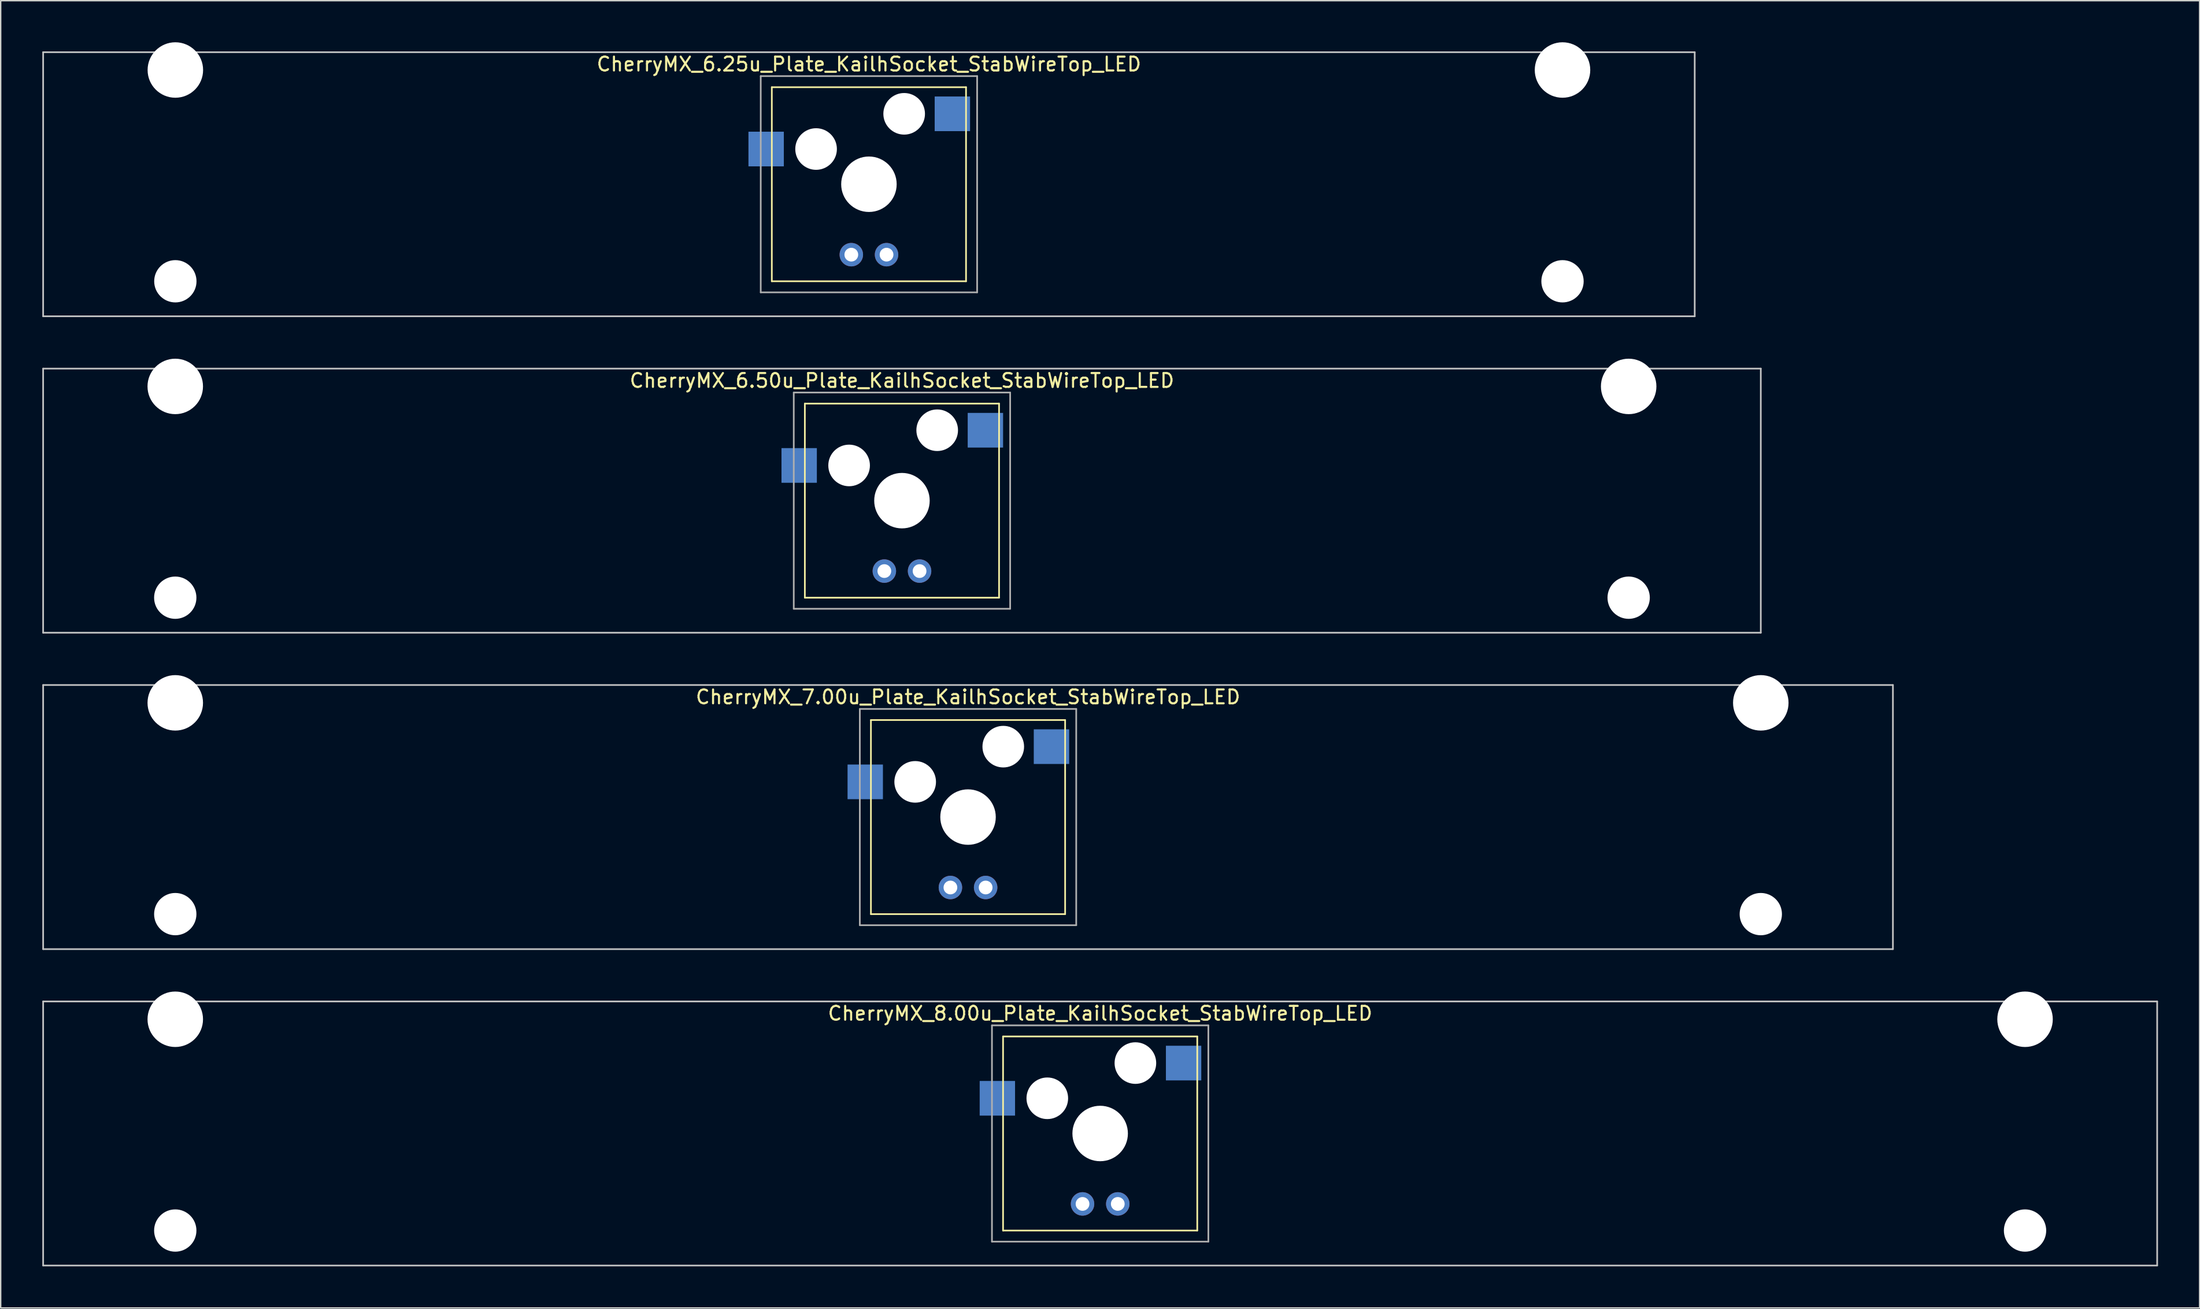
<source format=kicad_pcb>
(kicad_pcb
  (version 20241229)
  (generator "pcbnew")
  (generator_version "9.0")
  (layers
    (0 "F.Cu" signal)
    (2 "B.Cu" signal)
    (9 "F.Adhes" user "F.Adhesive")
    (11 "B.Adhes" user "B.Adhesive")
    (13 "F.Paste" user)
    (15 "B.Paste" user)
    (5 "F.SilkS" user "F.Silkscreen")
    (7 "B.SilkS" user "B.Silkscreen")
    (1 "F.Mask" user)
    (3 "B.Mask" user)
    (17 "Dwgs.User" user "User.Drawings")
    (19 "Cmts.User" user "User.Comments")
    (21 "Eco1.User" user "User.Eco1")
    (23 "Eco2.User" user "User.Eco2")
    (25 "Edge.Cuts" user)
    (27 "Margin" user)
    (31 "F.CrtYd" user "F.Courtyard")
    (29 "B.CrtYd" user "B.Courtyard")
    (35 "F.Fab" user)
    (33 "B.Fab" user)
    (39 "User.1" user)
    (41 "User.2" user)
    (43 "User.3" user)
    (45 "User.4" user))
  (footprint "CherryMX_6.25u_Plate_KailhSocket_StabWireTop_LED"
    (layer "F.Cu")
    (at 59.591 10.24)
    (property "Reference" "CherryMX_6.25u_Plate_KailhSocket_StabWireTop_LED" (at 0 -8.662 0) (layer "F.SilkS") (effects (font (size 1 1) (thickness 0.15))))
    (attr through_hole)
    (fp_line (start -7 -7) (end -7 7) (stroke (width 0.12) (type solid)) (layer "F.SilkS"))
    (fp_line (start -7 -7) (end 7 -7) (stroke (width 0.12) (type solid)) (layer "F.SilkS"))
    (fp_line (start 7 -7) (end 7 7) (stroke (width 0.12) (type solid)) (layer "F.SilkS"))
    (fp_line (start 7 7) (end -7 7) (stroke (width 0.12) (type solid)) (layer "F.SilkS"))
    (fp_line (start -59.531 -9.525) (end 59.531 -9.525) (stroke (width 0.12) (type solid)) (layer "Dwgs.User"))
    (fp_line (start -59.531 9.525) (end -59.531 -9.525) (stroke (width 0.12) (type solid)) (layer "Dwgs.User"))
    (fp_line (start 59.531 -9.525) (end 59.531 9.525) (stroke (width 0.12) (type solid)) (layer "Dwgs.User"))
    (fp_line (start 59.531 9.525) (end -59.531 9.525) (stroke (width 0.12) (type solid)) (layer "Dwgs.User"))
    (fp_line (start -7.8 -7.8) (end -7.8 7.8) (stroke (width 0.12) (type solid)) (layer "F.Fab"))
    (fp_line (start -7.8 -7.8) (end 7.8 -7.8) (stroke (width 0.12) (type solid)) (layer "F.Fab"))
    (fp_line (start -7.8 7.8) (end 7.8 7.8) (stroke (width 0.12) (type solid)) (layer "F.Fab"))
    (fp_line (start 7.8 -7.8) (end 7.8 7.8) (stroke (width 0.12) (type solid)) (layer "F.Fab"))
    (pad "" np_thru_hole circle (at -50 -8.24) (size 4 4) (drill 4) (layers "*.Cu" "*.Mask"))
    (pad "" np_thru_hole circle (at -50 7) (size 3.05 3.05) (drill 3.05) (layers "*.Cu" "*.Mask"))
    (pad "" np_thru_hole circle (at -3.81 -2.54) (size 3 3) (drill 3) (layers "*.Cu" "*.Mask"))
    (pad "" np_thru_hole circle (at 0 0) (size 4 4) (drill 4) (layers "*.Cu" "*.Mask"))
    (pad "" np_thru_hole circle (at 2.54 -5.08) (size 3 3) (drill 3) (layers "*.Cu" "*.Mask"))
    (pad "" np_thru_hole circle (at 50 -8.24) (size 4 4) (drill 4) (layers "*.Cu" "*.Mask"))
    (pad "" np_thru_hole circle (at 50 7) (size 3.05 3.05) (drill 3.05) (layers "*.Cu" "*.Mask"))
    (pad "1" smd rect (at -7.41 -2.54) (size 2.55 2.5) (layers "B.Cu" "B.Mask" "B.Paste"))
    (pad "2" smd rect (at 6.015 -5.08) (size 2.55 2.5) (layers "B.Cu" "B.Mask" "B.Paste"))
    (pad "3" thru_hole circle (at -1.27 5.08) (size 1.691 1.691) (drill 0.991) (layers "*.Cu" "*.Mask"))
    (pad "4" thru_hole circle (at 1.27 5.08) (size 1.691 1.691) (drill 0.991) (layers "*.Cu" "*.Mask")))
  (footprint "CherryMX_8.00u_Plate_KailhSocket_StabWireTop_LED"
    (layer "F.Cu")
    (at 76.26 78.715)
    (property "Reference" "CherryMX_8.00u_Plate_KailhSocket_StabWireTop_LED" (at 0 -8.662 0) (layer "F.SilkS") (effects (font (size 1 1) (thickness 0.15))))
    (attr through_hole)
    (fp_line (start -7 -7) (end -7 7) (stroke (width 0.12) (type solid)) (layer "F.SilkS"))
    (fp_line (start -7 -7) (end 7 -7) (stroke (width 0.12) (type solid)) (layer "F.SilkS"))
    (fp_line (start 7 -7) (end 7 7) (stroke (width 0.12) (type solid)) (layer "F.SilkS"))
    (fp_line (start 7 7) (end -7 7) (stroke (width 0.12) (type solid)) (layer "F.SilkS"))
    (fp_line (start -76.2 -9.525) (end 76.2 -9.525) (stroke (width 0.12) (type solid)) (layer "Dwgs.User"))
    (fp_line (start -76.2 9.525) (end -76.2 -9.525) (stroke (width 0.12) (type solid)) (layer "Dwgs.User"))
    (fp_line (start 76.2 -9.525) (end 76.2 9.525) (stroke (width 0.12) (type solid)) (layer "Dwgs.User"))
    (fp_line (start 76.2 9.525) (end -76.2 9.525) (stroke (width 0.12) (type solid)) (layer "Dwgs.User"))
    (fp_line (start -7.8 -7.8) (end -7.8 7.8) (stroke (width 0.12) (type solid)) (layer "F.Fab"))
    (fp_line (start -7.8 -7.8) (end 7.8 -7.8) (stroke (width 0.12) (type solid)) (layer "F.Fab"))
    (fp_line (start -7.8 7.8) (end 7.8 7.8) (stroke (width 0.12) (type solid)) (layer "F.Fab"))
    (fp_line (start 7.8 -7.8) (end 7.8 7.8) (stroke (width 0.12) (type solid)) (layer "F.Fab"))
    (pad "" np_thru_hole circle (at -66.675 -8.24) (size 4 4) (drill 4) (layers "*.Cu" "*.Mask"))
    (pad "" np_thru_hole circle (at -66.675 7) (size 3.05 3.05) (drill 3.05) (layers "*.Cu" "*.Mask"))
    (pad "" np_thru_hole circle (at -3.81 -2.54) (size 3 3) (drill 3) (layers "*.Cu" "*.Mask"))
    (pad "" np_thru_hole circle (at 0 0) (size 4 4) (drill 4) (layers "*.Cu" "*.Mask"))
    (pad "" np_thru_hole circle (at 2.54 -5.08) (size 3 3) (drill 3) (layers "*.Cu" "*.Mask"))
    (pad "" np_thru_hole circle (at 66.675 -8.24) (size 4 4) (drill 4) (layers "*.Cu" "*.Mask"))
    (pad "" np_thru_hole circle (at 66.675 7) (size 3.05 3.05) (drill 3.05) (layers "*.Cu" "*.Mask"))
    (pad "1" smd rect (at -7.41 -2.54) (size 2.55 2.5) (layers "B.Cu" "B.Mask" "B.Paste"))
    (pad "2" smd rect (at 6.015 -5.08) (size 2.55 2.5) (layers "B.Cu" "B.Mask" "B.Paste"))
    (pad "3" thru_hole circle (at -1.27 5.08) (size 1.691 1.691) (drill 0.991) (layers "*.Cu" "*.Mask"))
    (pad "4" thru_hole circle (at 1.27 5.08) (size 1.691 1.691) (drill 0.991) (layers "*.Cu" "*.Mask")))
  (footprint "CherryMX_7.00u_Plate_KailhSocket_StabWireTop_LED"
    (layer "F.Cu")
    (at 66.735 55.89)
    (property "Reference" "CherryMX_7.00u_Plate_KailhSocket_StabWireTop_LED" (at 0 -8.662 0) (layer "F.SilkS") (effects (font (size 1 1) (thickness 0.15))))
    (attr through_hole)
    (fp_line (start -7 -7) (end -7 7) (stroke (width 0.12) (type solid)) (layer "F.SilkS"))
    (fp_line (start -7 -7) (end 7 -7) (stroke (width 0.12) (type solid)) (layer "F.SilkS"))
    (fp_line (start 7 -7) (end 7 7) (stroke (width 0.12) (type solid)) (layer "F.SilkS"))
    (fp_line (start 7 7) (end -7 7) (stroke (width 0.12) (type solid)) (layer "F.SilkS"))
    (fp_line (start -66.675 -9.525) (end 66.675 -9.525) (stroke (width 0.12) (type solid)) (layer "Dwgs.User"))
    (fp_line (start -66.675 9.525) (end -66.675 -9.525) (stroke (width 0.12) (type solid)) (layer "Dwgs.User"))
    (fp_line (start 66.675 -9.525) (end 66.675 9.525) (stroke (width 0.12) (type solid)) (layer "Dwgs.User"))
    (fp_line (start 66.675 9.525) (end -66.675 9.525) (stroke (width 0.12) (type solid)) (layer "Dwgs.User"))
    (fp_line (start -7.8 -7.8) (end -7.8 7.8) (stroke (width 0.12) (type solid)) (layer "F.Fab"))
    (fp_line (start -7.8 -7.8) (end 7.8 -7.8) (stroke (width 0.12) (type solid)) (layer "F.Fab"))
    (fp_line (start -7.8 7.8) (end 7.8 7.8) (stroke (width 0.12) (type solid)) (layer "F.Fab"))
    (fp_line (start 7.8 -7.8) (end 7.8 7.8) (stroke (width 0.12) (type solid)) (layer "F.Fab"))
    (pad "" np_thru_hole circle (at -57.15 -8.24) (size 4 4) (drill 4) (layers "*.Cu" "*.Mask"))
    (pad "" np_thru_hole circle (at -57.15 7) (size 3.05 3.05) (drill 3.05) (layers "*.Cu" "*.Mask"))
    (pad "" np_thru_hole circle (at -3.81 -2.54) (size 3 3) (drill 3) (layers "*.Cu" "*.Mask"))
    (pad "" np_thru_hole circle (at 0 0) (size 4 4) (drill 4) (layers "*.Cu" "*.Mask"))
    (pad "" np_thru_hole circle (at 2.54 -5.08) (size 3 3) (drill 3) (layers "*.Cu" "*.Mask"))
    (pad "" np_thru_hole circle (at 57.15 -8.24) (size 4 4) (drill 4) (layers "*.Cu" "*.Mask"))
    (pad "" np_thru_hole circle (at 57.15 7) (size 3.05 3.05) (drill 3.05) (layers "*.Cu" "*.Mask"))
    (pad "1" smd rect (at -7.41 -2.54) (size 2.55 2.5) (layers "B.Cu" "B.Mask" "B.Paste"))
    (pad "2" smd rect (at 6.015 -5.08) (size 2.55 2.5) (layers "B.Cu" "B.Mask" "B.Paste"))
    (pad "3" thru_hole circle (at -1.27 5.08) (size 1.691 1.691) (drill 0.991) (layers "*.Cu" "*.Mask"))
    (pad "4" thru_hole circle (at 1.27 5.08) (size 1.691 1.691) (drill 0.991) (layers "*.Cu" "*.Mask")))
  (footprint "CherryMX_6.50u_Plate_KailhSocket_StabWireTop_LED"
    (layer "F.Cu")
    (at 61.972 33.065)
    (property "Reference" "CherryMX_6.50u_Plate_KailhSocket_StabWireTop_LED" (at 0 -8.662 0) (layer "F.SilkS") (effects (font (size 1 1) (thickness 0.15))))
    (attr through_hole)
    (fp_line (start -7 -7) (end -7 7) (stroke (width 0.12) (type solid)) (layer "F.SilkS"))
    (fp_line (start -7 -7) (end 7 -7) (stroke (width 0.12) (type solid)) (layer "F.SilkS"))
    (fp_line (start 7 -7) (end 7 7) (stroke (width 0.12) (type solid)) (layer "F.SilkS"))
    (fp_line (start 7 7) (end -7 7) (stroke (width 0.12) (type solid)) (layer "F.SilkS"))
    (fp_line (start -61.913 -9.525) (end 61.913 -9.525) (stroke (width 0.12) (type solid)) (layer "Dwgs.User"))
    (fp_line (start -61.913 9.525) (end -61.913 -9.525) (stroke (width 0.12) (type solid)) (layer "Dwgs.User"))
    (fp_line (start 61.913 -9.525) (end 61.913 9.525) (stroke (width 0.12) (type solid)) (layer "Dwgs.User"))
    (fp_line (start 61.913 9.525) (end -61.913 9.525) (stroke (width 0.12) (type solid)) (layer "Dwgs.User"))
    (fp_line (start -7.8 -7.8) (end -7.8 7.8) (stroke (width 0.12) (type solid)) (layer "F.Fab"))
    (fp_line (start -7.8 -7.8) (end 7.8 -7.8) (stroke (width 0.12) (type solid)) (layer "F.Fab"))
    (fp_line (start -7.8 7.8) (end 7.8 7.8) (stroke (width 0.12) (type solid)) (layer "F.Fab"))
    (fp_line (start 7.8 -7.8) (end 7.8 7.8) (stroke (width 0.12) (type solid)) (layer "F.Fab"))
    (pad "" np_thru_hole circle (at -52.388 -8.24) (size 4 4) (drill 4) (layers "*.Cu" "*.Mask"))
    (pad "" np_thru_hole circle (at -52.388 7) (size 3.05 3.05) (drill 3.05) (layers "*.Cu" "*.Mask"))
    (pad "" np_thru_hole circle (at -3.81 -2.54) (size 3 3) (drill 3) (layers "*.Cu" "*.Mask"))
    (pad "" np_thru_hole circle (at 0 0) (size 4 4) (drill 4) (layers "*.Cu" "*.Mask"))
    (pad "" np_thru_hole circle (at 2.54 -5.08) (size 3 3) (drill 3) (layers "*.Cu" "*.Mask"))
    (pad "" np_thru_hole circle (at 52.388 -8.24) (size 4 4) (drill 4) (layers "*.Cu" "*.Mask"))
    (pad "" np_thru_hole circle (at 52.388 7) (size 3.05 3.05) (drill 3.05) (layers "*.Cu" "*.Mask"))
    (pad "1" smd rect (at -7.41 -2.54) (size 2.55 2.5) (layers "B.Cu" "B.Mask" "B.Paste"))
    (pad "2" smd rect (at 6.015 -5.08) (size 2.55 2.5) (layers "B.Cu" "B.Mask" "B.Paste"))
    (pad "3" thru_hole circle (at -1.27 5.08) (size 1.691 1.691) (drill 0.991) (layers "*.Cu" "*.Mask"))
    (pad "4" thru_hole circle (at 1.27 5.08) (size 1.691 1.691) (drill 0.991) (layers "*.Cu" "*.Mask")))
  (gr_rect
    (start -3 -3)
    (end 155.52 91.3)
    (stroke (width 0.1) (type default))
    (fill no)
    (layer "Edge.Cuts")))
</source>
